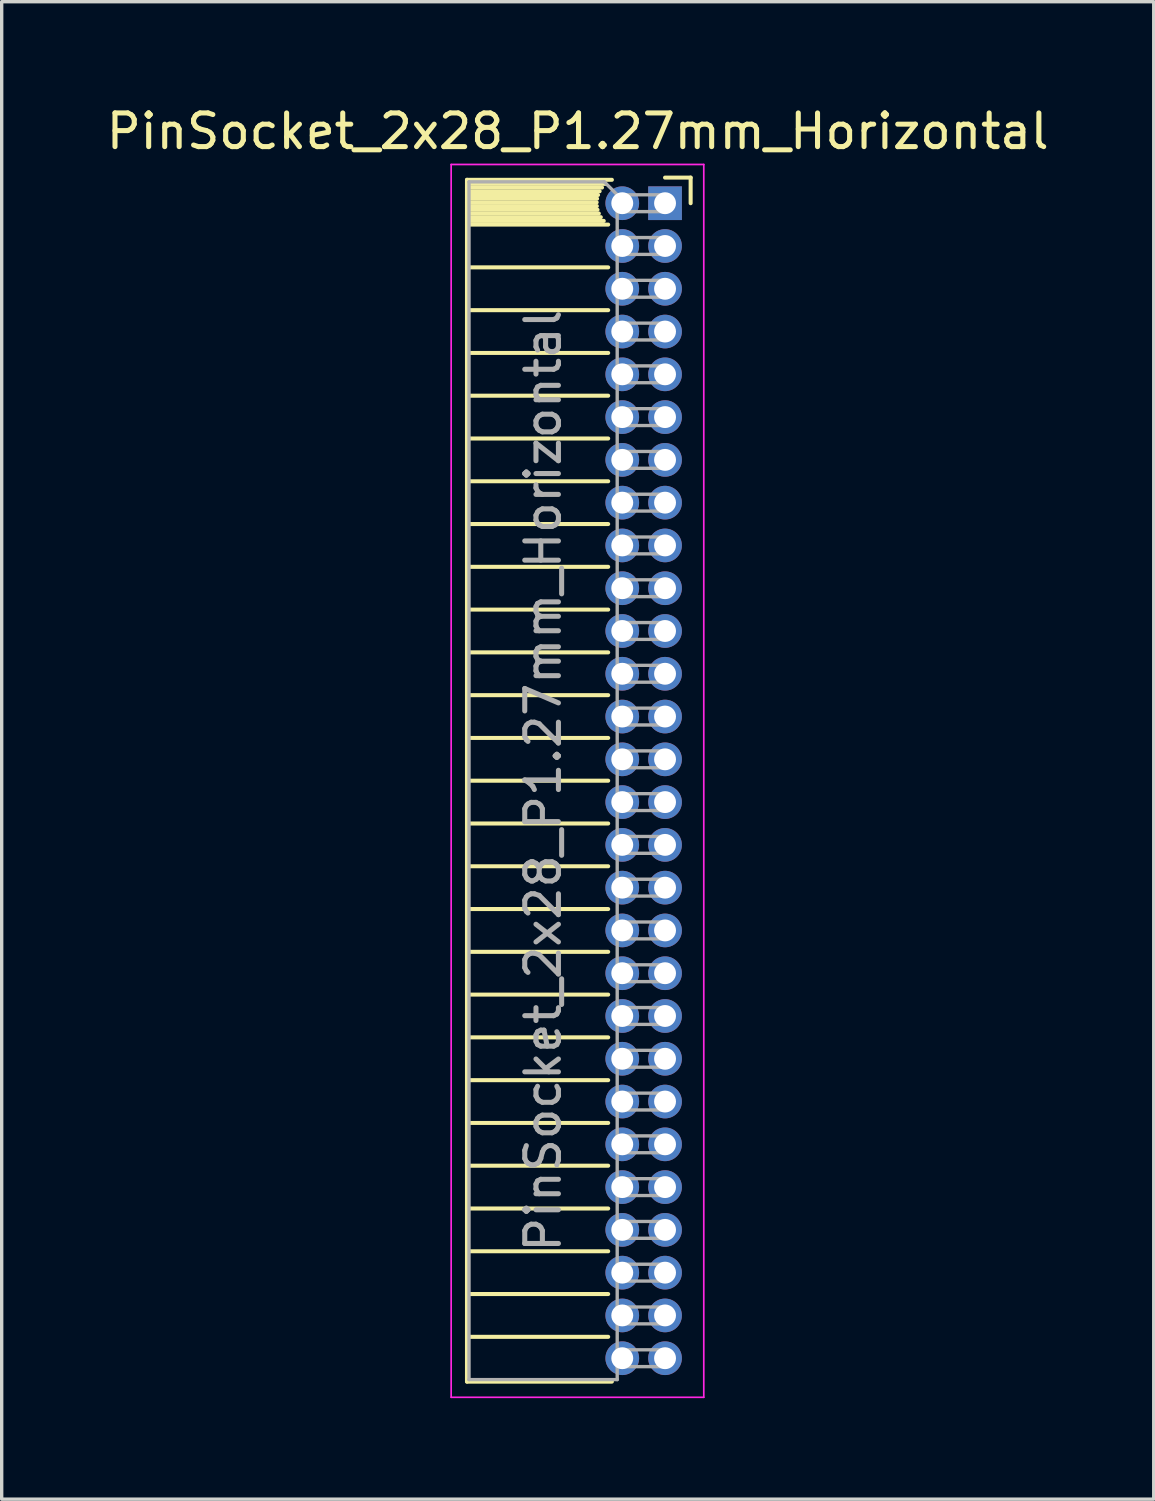
<source format=kicad_pcb>
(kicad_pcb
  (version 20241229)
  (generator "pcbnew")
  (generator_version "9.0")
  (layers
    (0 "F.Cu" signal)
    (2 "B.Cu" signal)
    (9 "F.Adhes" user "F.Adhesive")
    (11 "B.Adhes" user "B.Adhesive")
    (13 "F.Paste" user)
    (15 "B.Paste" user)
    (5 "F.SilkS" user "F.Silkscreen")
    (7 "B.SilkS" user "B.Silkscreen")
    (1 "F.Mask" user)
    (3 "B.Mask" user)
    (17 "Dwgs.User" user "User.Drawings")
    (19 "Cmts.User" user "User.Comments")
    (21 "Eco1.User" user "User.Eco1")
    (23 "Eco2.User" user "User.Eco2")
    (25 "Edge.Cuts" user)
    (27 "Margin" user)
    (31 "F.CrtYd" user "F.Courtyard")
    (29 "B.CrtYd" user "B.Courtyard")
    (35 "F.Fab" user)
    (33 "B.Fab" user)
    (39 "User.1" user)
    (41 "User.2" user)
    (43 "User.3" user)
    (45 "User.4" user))
  (footprint "PinSocket_2x28_P1.27mm_Horizontal"
    (layer "F.Cu")
    (at 16.694 2.983)
    (property "Reference" "PinSocket_2x28_P1.27mm_Horizontal" (at -2.592 -2.135 0) (layer "F.SilkS") (effects (font (size 1 1) (thickness 0.15))))
    (attr through_hole)
    (fp_line (start -5.88 -0.695) (end -5.88 34.985) (stroke (width 0.12) (type solid)) (layer "F.SilkS"))
    (fp_line (start -5.88 -0.695) (end -1.578 -0.695) (stroke (width 0.12) (type solid)) (layer "F.SilkS"))
    (fp_line (start -5.88 -0.575) (end -1.767 -0.575) (stroke (width 0.12) (type solid)) (layer "F.SilkS"))
    (fp_line (start -5.88 -0.465) (end -1.871 -0.465) (stroke (width 0.12) (type solid)) (layer "F.SilkS"))
    (fp_line (start -5.88 -0.355) (end -1.942 -0.355) (stroke (width 0.12) (type solid)) (layer "F.SilkS"))
    (fp_line (start -5.88 -0.245) (end -1.989 -0.245) (stroke (width 0.12) (type solid)) (layer "F.SilkS"))
    (fp_line (start -5.88 -0.135) (end -2.018 -0.135) (stroke (width 0.12) (type solid)) (layer "F.SilkS"))
    (fp_line (start -5.88 -0.025) (end -2.03 -0.025) (stroke (width 0.12) (type solid)) (layer "F.SilkS"))
    (fp_line (start -5.88 0.085) (end -2.025 0.085) (stroke (width 0.12) (type solid)) (layer "F.SilkS"))
    (fp_line (start -5.88 0.195) (end -2.005 0.195) (stroke (width 0.12) (type solid)) (layer "F.SilkS"))
    (fp_line (start -5.88 0.305) (end -1.966 0.305) (stroke (width 0.12) (type solid)) (layer "F.SilkS"))
    (fp_line (start -5.88 0.415) (end -1.907 0.415) (stroke (width 0.12) (type solid)) (layer "F.SilkS"))
    (fp_line (start -5.88 0.525) (end -1.82 0.525) (stroke (width 0.12) (type solid)) (layer "F.SilkS"))
    (fp_line (start -5.88 0.635) (end -1.688 0.635) (stroke (width 0.12) (type solid)) (layer "F.SilkS"))
    (fp_line (start -5.88 1.905) (end -1.688 1.905) (stroke (width 0.12) (type solid)) (layer "F.SilkS"))
    (fp_line (start -5.88 3.175) (end -1.688 3.175) (stroke (width 0.12) (type solid)) (layer "F.SilkS"))
    (fp_line (start -5.88 4.445) (end -1.688 4.445) (stroke (width 0.12) (type solid)) (layer "F.SilkS"))
    (fp_line (start -5.88 5.715) (end -1.688 5.715) (stroke (width 0.12) (type solid)) (layer "F.SilkS"))
    (fp_line (start -5.88 6.985) (end -1.688 6.985) (stroke (width 0.12) (type solid)) (layer "F.SilkS"))
    (fp_line (start -5.88 8.255) (end -1.688 8.255) (stroke (width 0.12) (type solid)) (layer "F.SilkS"))
    (fp_line (start -5.88 9.525) (end -1.688 9.525) (stroke (width 0.12) (type solid)) (layer "F.SilkS"))
    (fp_line (start -5.88 10.795) (end -1.688 10.795) (stroke (width 0.12) (type solid)) (layer "F.SilkS"))
    (fp_line (start -5.88 12.065) (end -1.688 12.065) (stroke (width 0.12) (type solid)) (layer "F.SilkS"))
    (fp_line (start -5.88 13.335) (end -1.688 13.335) (stroke (width 0.12) (type solid)) (layer "F.SilkS"))
    (fp_line (start -5.88 14.605) (end -1.688 14.605) (stroke (width 0.12) (type solid)) (layer "F.SilkS"))
    (fp_line (start -5.88 15.875) (end -1.688 15.875) (stroke (width 0.12) (type solid)) (layer "F.SilkS"))
    (fp_line (start -5.88 17.145) (end -1.688 17.145) (stroke (width 0.12) (type solid)) (layer "F.SilkS"))
    (fp_line (start -5.88 18.415) (end -1.688 18.415) (stroke (width 0.12) (type solid)) (layer "F.SilkS"))
    (fp_line (start -5.88 19.685) (end -1.688 19.685) (stroke (width 0.12) (type solid)) (layer "F.SilkS"))
    (fp_line (start -5.88 20.955) (end -1.688 20.955) (stroke (width 0.12) (type solid)) (layer "F.SilkS"))
    (fp_line (start -5.88 22.225) (end -1.688 22.225) (stroke (width 0.12) (type solid)) (layer "F.SilkS"))
    (fp_line (start -5.88 23.495) (end -1.688 23.495) (stroke (width 0.12) (type solid)) (layer "F.SilkS"))
    (fp_line (start -5.88 24.765) (end -1.688 24.765) (stroke (width 0.12) (type solid)) (layer "F.SilkS"))
    (fp_line (start -5.88 26.035) (end -1.688 26.035) (stroke (width 0.12) (type solid)) (layer "F.SilkS"))
    (fp_line (start -5.88 27.305) (end -1.688 27.305) (stroke (width 0.12) (type solid)) (layer "F.SilkS"))
    (fp_line (start -5.88 28.575) (end -1.688 28.575) (stroke (width 0.12) (type solid)) (layer "F.SilkS"))
    (fp_line (start -5.88 29.845) (end -1.688 29.845) (stroke (width 0.12) (type solid)) (layer "F.SilkS"))
    (fp_line (start -5.88 31.115) (end -1.688 31.115) (stroke (width 0.12) (type solid)) (layer "F.SilkS"))
    (fp_line (start -5.88 32.385) (end -1.688 32.385) (stroke (width 0.12) (type solid)) (layer "F.SilkS"))
    (fp_line (start -5.88 33.655) (end -1.688 33.655) (stroke (width 0.12) (type solid)) (layer "F.SilkS"))
    (fp_line (start -5.88 34.985) (end -1.578 34.985) (stroke (width 0.12) (type solid)) (layer "F.SilkS"))
    (fp_line (start 0 -0.76) (end 0.76 -0.76) (stroke (width 0.12) (type solid)) (layer "F.SilkS"))
    (fp_line (start 0.76 -0.76) (end 0.76 0) (stroke (width 0.12) (type solid)) (layer "F.SilkS"))
    (fp_line (start -6.35 -1.15) (end -6.35 35.45) (stroke (width 0.05) (type solid)) (layer "F.CrtYd"))
    (fp_line (start -6.35 35.45) (end 1.15 35.45) (stroke (width 0.05) (type solid)) (layer "F.CrtYd"))
    (fp_line (start 1.15 -1.15) (end -6.35 -1.15) (stroke (width 0.05) (type solid)) (layer "F.CrtYd"))
    (fp_line (start 1.15 35.45) (end 1.15 -1.15) (stroke (width 0.05) (type solid)) (layer "F.CrtYd"))
    (fp_line (start -5.82 -0.635) (end -1.805 -0.635) (stroke (width 0.1) (type solid)) (layer "F.Fab"))
    (fp_line (start -5.82 34.925) (end -5.82 -0.635) (stroke (width 0.1) (type solid)) (layer "F.Fab"))
    (fp_line (start -1.805 -0.635) (end -1.42 -0.25) (stroke (width 0.1) (type solid)) (layer "F.Fab"))
    (fp_line (start -1.42 -0.25) (end -1.42 34.925) (stroke (width 0.1) (type solid)) (layer "F.Fab"))
    (fp_line (start -1.42 0.25) (end 0 0.25) (stroke (width 0.1) (type solid)) (layer "F.Fab"))
    (fp_line (start -1.42 1.52) (end 0 1.52) (stroke (width 0.1) (type solid)) (layer "F.Fab"))
    (fp_line (start -1.42 2.79) (end 0 2.79) (stroke (width 0.1) (type solid)) (layer "F.Fab"))
    (fp_line (start -1.42 4.06) (end 0 4.06) (stroke (width 0.1) (type solid)) (layer "F.Fab"))
    (fp_line (start -1.42 5.33) (end 0 5.33) (stroke (width 0.1) (type solid)) (layer "F.Fab"))
    (fp_line (start -1.42 6.6) (end 0 6.6) (stroke (width 0.1) (type solid)) (layer "F.Fab"))
    (fp_line (start -1.42 7.87) (end 0 7.87) (stroke (width 0.1) (type solid)) (layer "F.Fab"))
    (fp_line (start -1.42 9.14) (end 0 9.14) (stroke (width 0.1) (type solid)) (layer "F.Fab"))
    (fp_line (start -1.42 10.41) (end 0 10.41) (stroke (width 0.1) (type solid)) (layer "F.Fab"))
    (fp_line (start -1.42 11.68) (end 0 11.68) (stroke (width 0.1) (type solid)) (layer "F.Fab"))
    (fp_line (start -1.42 12.95) (end 0 12.95) (stroke (width 0.1) (type solid)) (layer "F.Fab"))
    (fp_line (start -1.42 14.22) (end 0 14.22) (stroke (width 0.1) (type solid)) (layer "F.Fab"))
    (fp_line (start -1.42 15.49) (end 0 15.49) (stroke (width 0.1) (type solid)) (layer "F.Fab"))
    (fp_line (start -1.42 16.76) (end 0 16.76) (stroke (width 0.1) (type solid)) (layer "F.Fab"))
    (fp_line (start -1.42 18.03) (end 0 18.03) (stroke (width 0.1) (type solid)) (layer "F.Fab"))
    (fp_line (start -1.42 19.3) (end 0 19.3) (stroke (width 0.1) (type solid)) (layer "F.Fab"))
    (fp_line (start -1.42 20.57) (end 0 20.57) (stroke (width 0.1) (type solid)) (layer "F.Fab"))
    (fp_line (start -1.42 21.84) (end 0 21.84) (stroke (width 0.1) (type solid)) (layer "F.Fab"))
    (fp_line (start -1.42 23.11) (end 0 23.11) (stroke (width 0.1) (type solid)) (layer "F.Fab"))
    (fp_line (start -1.42 24.38) (end 0 24.38) (stroke (width 0.1) (type solid)) (layer "F.Fab"))
    (fp_line (start -1.42 25.65) (end 0 25.65) (stroke (width 0.1) (type solid)) (layer "F.Fab"))
    (fp_line (start -1.42 26.92) (end 0 26.92) (stroke (width 0.1) (type solid)) (layer "F.Fab"))
    (fp_line (start -1.42 28.19) (end 0 28.19) (stroke (width 0.1) (type solid)) (layer "F.Fab"))
    (fp_line (start -1.42 29.46) (end 0 29.46) (stroke (width 0.1) (type solid)) (layer "F.Fab"))
    (fp_line (start -1.42 30.73) (end 0 30.73) (stroke (width 0.1) (type solid)) (layer "F.Fab"))
    (fp_line (start -1.42 32) (end 0 32) (stroke (width 0.1) (type solid)) (layer "F.Fab"))
    (fp_line (start -1.42 33.27) (end 0 33.27) (stroke (width 0.1) (type solid)) (layer "F.Fab"))
    (fp_line (start -1.42 34.54) (end 0 34.54) (stroke (width 0.1) (type solid)) (layer "F.Fab"))
    (fp_line (start -1.42 34.925) (end -5.82 34.925) (stroke (width 0.1) (type solid)) (layer "F.Fab"))
    (fp_line (start 0 -0.25) (end -1.42 -0.25) (stroke (width 0.1) (type solid)) (layer "F.Fab"))
    (fp_line (start 0 0.25) (end 0 -0.25) (stroke (width 0.1) (type solid)) (layer "F.Fab"))
    (fp_line (start 0 1.02) (end -1.42 1.02) (stroke (width 0.1) (type solid)) (layer "F.Fab"))
    (fp_line (start 0 1.52) (end 0 1.02) (stroke (width 0.1) (type solid)) (layer "F.Fab"))
    (fp_line (start 0 2.29) (end -1.42 2.29) (stroke (width 0.1) (type solid)) (layer "F.Fab"))
    (fp_line (start 0 2.79) (end 0 2.29) (stroke (width 0.1) (type solid)) (layer "F.Fab"))
    (fp_line (start 0 3.56) (end -1.42 3.56) (stroke (width 0.1) (type solid)) (layer "F.Fab"))
    (fp_line (start 0 4.06) (end 0 3.56) (stroke (width 0.1) (type solid)) (layer "F.Fab"))
    (fp_line (start 0 4.83) (end -1.42 4.83) (stroke (width 0.1) (type solid)) (layer "F.Fab"))
    (fp_line (start 0 5.33) (end 0 4.83) (stroke (width 0.1) (type solid)) (layer "F.Fab"))
    (fp_line (start 0 6.1) (end -1.42 6.1) (stroke (width 0.1) (type solid)) (layer "F.Fab"))
    (fp_line (start 0 6.6) (end 0 6.1) (stroke (width 0.1) (type solid)) (layer "F.Fab"))
    (fp_line (start 0 7.37) (end -1.42 7.37) (stroke (width 0.1) (type solid)) (layer "F.Fab"))
    (fp_line (start 0 7.87) (end 0 7.37) (stroke (width 0.1) (type solid)) (layer "F.Fab"))
    (fp_line (start 0 8.64) (end -1.42 8.64) (stroke (width 0.1) (type solid)) (layer "F.Fab"))
    (fp_line (start 0 9.14) (end 0 8.64) (stroke (width 0.1) (type solid)) (layer "F.Fab"))
    (fp_line (start 0 9.91) (end -1.42 9.91) (stroke (width 0.1) (type solid)) (layer "F.Fab"))
    (fp_line (start 0 10.41) (end 0 9.91) (stroke (width 0.1) (type solid)) (layer "F.Fab"))
    (fp_line (start 0 11.18) (end -1.42 11.18) (stroke (width 0.1) (type solid)) (layer "F.Fab"))
    (fp_line (start 0 11.68) (end 0 11.18) (stroke (width 0.1) (type solid)) (layer "F.Fab"))
    (fp_line (start 0 12.45) (end -1.42 12.45) (stroke (width 0.1) (type solid)) (layer "F.Fab"))
    (fp_line (start 0 12.95) (end 0 12.45) (stroke (width 0.1) (type solid)) (layer "F.Fab"))
    (fp_line (start 0 13.72) (end -1.42 13.72) (stroke (width 0.1) (type solid)) (layer "F.Fab"))
    (fp_line (start 0 14.22) (end 0 13.72) (stroke (width 0.1) (type solid)) (layer "F.Fab"))
    (fp_line (start 0 14.99) (end -1.42 14.99) (stroke (width 0.1) (type solid)) (layer "F.Fab"))
    (fp_line (start 0 15.49) (end 0 14.99) (stroke (width 0.1) (type solid)) (layer "F.Fab"))
    (fp_line (start 0 16.26) (end -1.42 16.26) (stroke (width 0.1) (type solid)) (layer "F.Fab"))
    (fp_line (start 0 16.76) (end 0 16.26) (stroke (width 0.1) (type solid)) (layer "F.Fab"))
    (fp_line (start 0 17.53) (end -1.42 17.53) (stroke (width 0.1) (type solid)) (layer "F.Fab"))
    (fp_line (start 0 18.03) (end 0 17.53) (stroke (width 0.1) (type solid)) (layer "F.Fab"))
    (fp_line (start 0 18.8) (end -1.42 18.8) (stroke (width 0.1) (type solid)) (layer "F.Fab"))
    (fp_line (start 0 19.3) (end 0 18.8) (stroke (width 0.1) (type solid)) (layer "F.Fab"))
    (fp_line (start 0 20.07) (end -1.42 20.07) (stroke (width 0.1) (type solid)) (layer "F.Fab"))
    (fp_line (start 0 20.57) (end 0 20.07) (stroke (width 0.1) (type solid)) (layer "F.Fab"))
    (fp_line (start 0 21.34) (end -1.42 21.34) (stroke (width 0.1) (type solid)) (layer "F.Fab"))
    (fp_line (start 0 21.84) (end 0 21.34) (stroke (width 0.1) (type solid)) (layer "F.Fab"))
    (fp_line (start 0 22.61) (end -1.42 22.61) (stroke (width 0.1) (type solid)) (layer "F.Fab"))
    (fp_line (start 0 23.11) (end 0 22.61) (stroke (width 0.1) (type solid)) (layer "F.Fab"))
    (fp_line (start 0 23.88) (end -1.42 23.88) (stroke (width 0.1) (type solid)) (layer "F.Fab"))
    (fp_line (start 0 24.38) (end 0 23.88) (stroke (width 0.1) (type solid)) (layer "F.Fab"))
    (fp_line (start 0 25.15) (end -1.42 25.15) (stroke (width 0.1) (type solid)) (layer "F.Fab"))
    (fp_line (start 0 25.65) (end 0 25.15) (stroke (width 0.1) (type solid)) (layer "F.Fab"))
    (fp_line (start 0 26.42) (end -1.42 26.42) (stroke (width 0.1) (type solid)) (layer "F.Fab"))
    (fp_line (start 0 26.92) (end 0 26.42) (stroke (width 0.1) (type solid)) (layer "F.Fab"))
    (fp_line (start 0 27.69) (end -1.42 27.69) (stroke (width 0.1) (type solid)) (layer "F.Fab"))
    (fp_line (start 0 28.19) (end 0 27.69) (stroke (width 0.1) (type solid)) (layer "F.Fab"))
    (fp_line (start 0 28.96) (end -1.42 28.96) (stroke (width 0.1) (type solid)) (layer "F.Fab"))
    (fp_line (start 0 29.46) (end 0 28.96) (stroke (width 0.1) (type solid)) (layer "F.Fab"))
    (fp_line (start 0 30.23) (end -1.42 30.23) (stroke (width 0.1) (type solid)) (layer "F.Fab"))
    (fp_line (start 0 30.73) (end 0 30.23) (stroke (width 0.1) (type solid)) (layer "F.Fab"))
    (fp_line (start 0 31.5) (end -1.42 31.5) (stroke (width 0.1) (type solid)) (layer "F.Fab"))
    (fp_line (start 0 32) (end 0 31.5) (stroke (width 0.1) (type solid)) (layer "F.Fab"))
    (fp_line (start 0 32.77) (end -1.42 32.77) (stroke (width 0.1) (type solid)) (layer "F.Fab"))
    (fp_line (start 0 33.27) (end 0 32.77) (stroke (width 0.1) (type solid)) (layer "F.Fab"))
    (fp_line (start 0 34.04) (end -1.42 34.04) (stroke (width 0.1) (type solid)) (layer "F.Fab"))
    (fp_line (start 0 34.54) (end 0 34.04) (stroke (width 0.1) (type solid)) (layer "F.Fab"))
    (fp_text user "${REFERENCE}" (at -3.62 17.145 90) (layer "F.Fab") (effects (font (size 1 1) (thickness 0.15))))
    (pad "1" thru_hole rect (at 0 0) (size 1 1) (drill 0.65) (layers "*.Cu" "*.Mask"))
    (pad "2" thru_hole oval (at -1.27 0) (size 1 1) (drill 0.65) (layers "*.Cu" "*.Mask"))
    (pad "3" thru_hole oval (at 0 1.27) (size 1 1) (drill 0.65) (layers "*.Cu" "*.Mask"))
    (pad "4" thru_hole oval (at -1.27 1.27) (size 1 1) (drill 0.65) (layers "*.Cu" "*.Mask"))
    (pad "5" thru_hole oval (at 0 2.54) (size 1 1) (drill 0.65) (layers "*.Cu" "*.Mask"))
    (pad "6" thru_hole oval (at -1.27 2.54) (size 1 1) (drill 0.65) (layers "*.Cu" "*.Mask"))
    (pad "7" thru_hole oval (at 0 3.81) (size 1 1) (drill 0.65) (layers "*.Cu" "*.Mask"))
    (pad "8" thru_hole oval (at -1.27 3.81) (size 1 1) (drill 0.65) (layers "*.Cu" "*.Mask"))
    (pad "9" thru_hole oval (at 0 5.08) (size 1 1) (drill 0.65) (layers "*.Cu" "*.Mask"))
    (pad "10" thru_hole oval (at -1.27 5.08) (size 1 1) (drill 0.65) (layers "*.Cu" "*.Mask"))
    (pad "11" thru_hole oval (at 0 6.35) (size 1 1) (drill 0.65) (layers "*.Cu" "*.Mask"))
    (pad "12" thru_hole oval (at -1.27 6.35) (size 1 1) (drill 0.65) (layers "*.Cu" "*.Mask"))
    (pad "13" thru_hole oval (at 0 7.62) (size 1 1) (drill 0.65) (layers "*.Cu" "*.Mask"))
    (pad "14" thru_hole oval (at -1.27 7.62) (size 1 1) (drill 0.65) (layers "*.Cu" "*.Mask"))
    (pad "15" thru_hole oval (at 0 8.89) (size 1 1) (drill 0.65) (layers "*.Cu" "*.Mask"))
    (pad "16" thru_hole oval (at -1.27 8.89) (size 1 1) (drill 0.65) (layers "*.Cu" "*.Mask"))
    (pad "17" thru_hole oval (at 0 10.16) (size 1 1) (drill 0.65) (layers "*.Cu" "*.Mask"))
    (pad "18" thru_hole oval (at -1.27 10.16) (size 1 1) (drill 0.65) (layers "*.Cu" "*.Mask"))
    (pad "19" thru_hole oval (at 0 11.43) (size 1 1) (drill 0.65) (layers "*.Cu" "*.Mask"))
    (pad "20" thru_hole oval (at -1.27 11.43) (size 1 1) (drill 0.65) (layers "*.Cu" "*.Mask"))
    (pad "21" thru_hole oval (at 0 12.7) (size 1 1) (drill 0.65) (layers "*.Cu" "*.Mask"))
    (pad "22" thru_hole oval (at -1.27 12.7) (size 1 1) (drill 0.65) (layers "*.Cu" "*.Mask"))
    (pad "23" thru_hole oval (at 0 13.97) (size 1 1) (drill 0.65) (layers "*.Cu" "*.Mask"))
    (pad "24" thru_hole oval (at -1.27 13.97) (size 1 1) (drill 0.65) (layers "*.Cu" "*.Mask"))
    (pad "25" thru_hole oval (at 0 15.24) (size 1 1) (drill 0.65) (layers "*.Cu" "*.Mask"))
    (pad "26" thru_hole oval (at -1.27 15.24) (size 1 1) (drill 0.65) (layers "*.Cu" "*.Mask"))
    (pad "27" thru_hole oval (at 0 16.51) (size 1 1) (drill 0.65) (layers "*.Cu" "*.Mask"))
    (pad "28" thru_hole oval (at -1.27 16.51) (size 1 1) (drill 0.65) (layers "*.Cu" "*.Mask"))
    (pad "29" thru_hole oval (at 0 17.78) (size 1 1) (drill 0.65) (layers "*.Cu" "*.Mask"))
    (pad "30" thru_hole oval (at -1.27 17.78) (size 1 1) (drill 0.65) (layers "*.Cu" "*.Mask"))
    (pad "31" thru_hole oval (at 0 19.05) (size 1 1) (drill 0.65) (layers "*.Cu" "*.Mask"))
    (pad "32" thru_hole oval (at -1.27 19.05) (size 1 1) (drill 0.65) (layers "*.Cu" "*.Mask"))
    (pad "33" thru_hole oval (at 0 20.32) (size 1 1) (drill 0.65) (layers "*.Cu" "*.Mask"))
    (pad "34" thru_hole oval (at -1.27 20.32) (size 1 1) (drill 0.65) (layers "*.Cu" "*.Mask"))
    (pad "35" thru_hole oval (at 0 21.59) (size 1 1) (drill 0.65) (layers "*.Cu" "*.Mask"))
    (pad "36" thru_hole oval (at -1.27 21.59) (size 1 1) (drill 0.65) (layers "*.Cu" "*.Mask"))
    (pad "37" thru_hole oval (at 0 22.86) (size 1 1) (drill 0.65) (layers "*.Cu" "*.Mask"))
    (pad "38" thru_hole oval (at -1.27 22.86) (size 1 1) (drill 0.65) (layers "*.Cu" "*.Mask"))
    (pad "39" thru_hole oval (at 0 24.13) (size 1 1) (drill 0.65) (layers "*.Cu" "*.Mask"))
    (pad "40" thru_hole oval (at -1.27 24.13) (size 1 1) (drill 0.65) (layers "*.Cu" "*.Mask"))
    (pad "41" thru_hole oval (at 0 25.4) (size 1 1) (drill 0.65) (layers "*.Cu" "*.Mask"))
    (pad "42" thru_hole oval (at -1.27 25.4) (size 1 1) (drill 0.65) (layers "*.Cu" "*.Mask"))
    (pad "43" thru_hole oval (at 0 26.67) (size 1 1) (drill 0.65) (layers "*.Cu" "*.Mask"))
    (pad "44" thru_hole oval (at -1.27 26.67) (size 1 1) (drill 0.65) (layers "*.Cu" "*.Mask"))
    (pad "45" thru_hole oval (at 0 27.94) (size 1 1) (drill 0.65) (layers "*.Cu" "*.Mask"))
    (pad "46" thru_hole oval (at -1.27 27.94) (size 1 1) (drill 0.65) (layers "*.Cu" "*.Mask"))
    (pad "47" thru_hole oval (at 0 29.21) (size 1 1) (drill 0.65) (layers "*.Cu" "*.Mask"))
    (pad "48" thru_hole oval (at -1.27 29.21) (size 1 1) (drill 0.65) (layers "*.Cu" "*.Mask"))
    (pad "49" thru_hole oval (at 0 30.48) (size 1 1) (drill 0.65) (layers "*.Cu" "*.Mask"))
    (pad "50" thru_hole oval (at -1.27 30.48) (size 1 1) (drill 0.65) (layers "*.Cu" "*.Mask"))
    (pad "51" thru_hole oval (at 0 31.75) (size 1 1) (drill 0.65) (layers "*.Cu" "*.Mask"))
    (pad "52" thru_hole oval (at -1.27 31.75) (size 1 1) (drill 0.65) (layers "*.Cu" "*.Mask"))
    (pad "53" thru_hole oval (at 0 33.02) (size 1 1) (drill 0.65) (layers "*.Cu" "*.Mask"))
    (pad "54" thru_hole oval (at -1.27 33.02) (size 1 1) (drill 0.65) (layers "*.Cu" "*.Mask"))
    (pad "55" thru_hole oval (at 0 34.29) (size 1 1) (drill 0.65) (layers "*.Cu" "*.Mask"))
    (pad "56" thru_hole oval (at -1.27 34.29) (size 1 1) (drill 0.65) (layers "*.Cu" "*.Mask")))
  (gr_rect
    (start -3 -3)
    (end 31.202 41.458)
    (stroke (width 0.1) (type default))
    (fill no)
    (layer "Edge.Cuts")))
</source>
